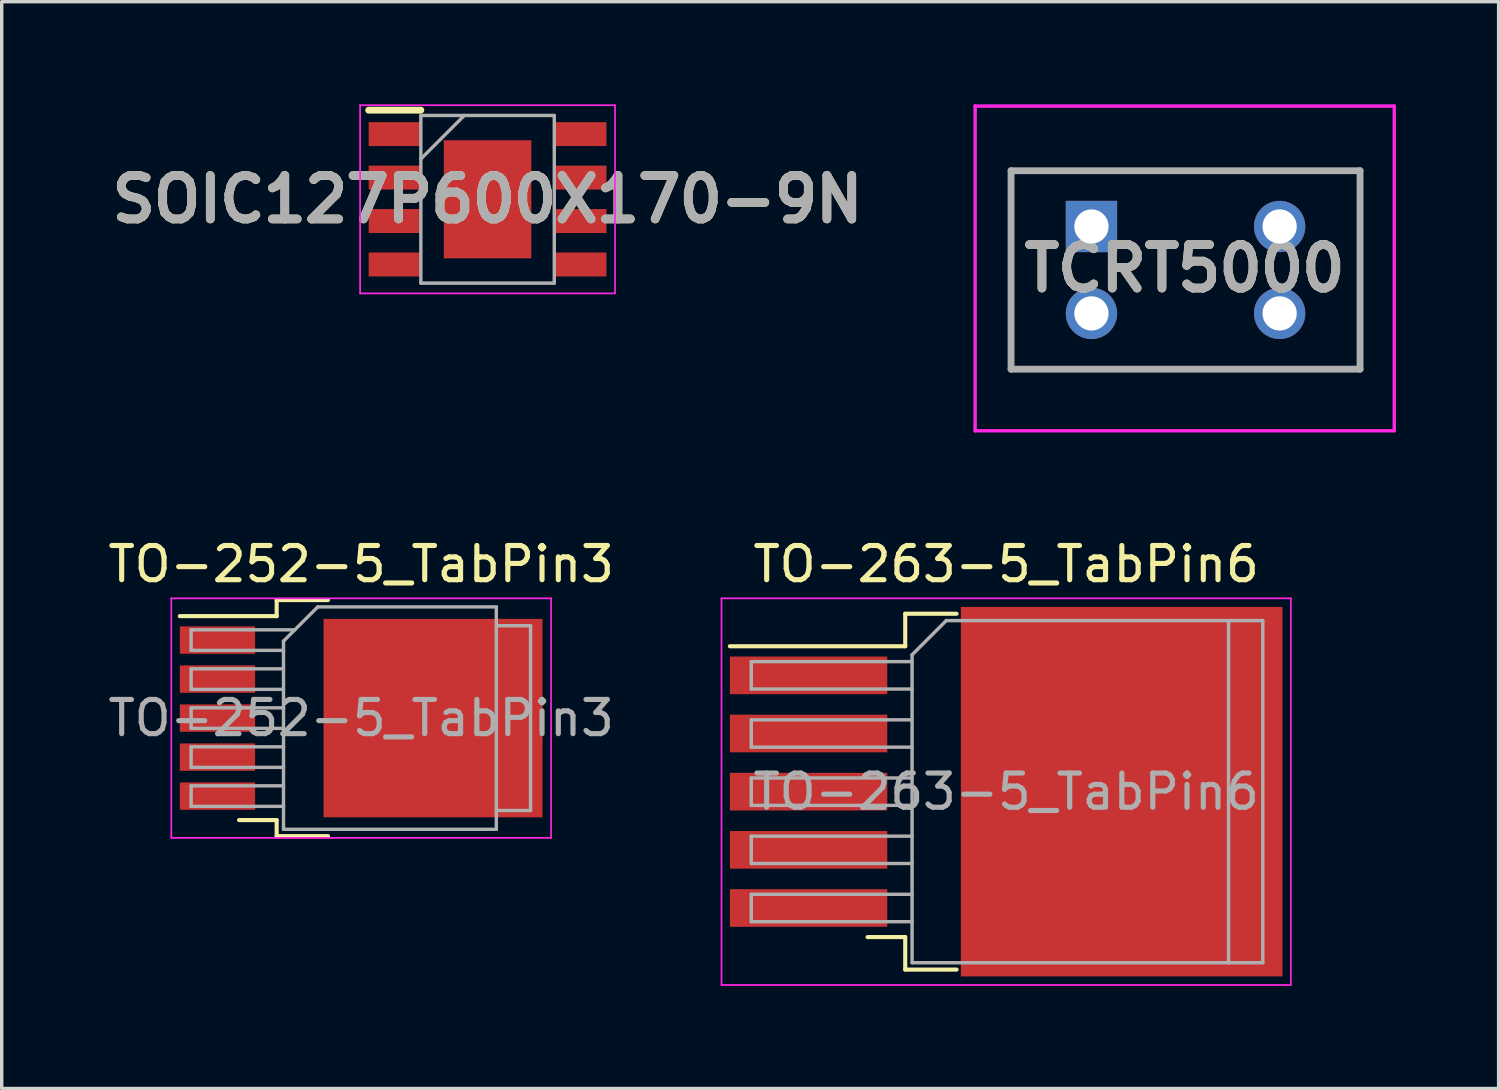
<source format=kicad_pcb>
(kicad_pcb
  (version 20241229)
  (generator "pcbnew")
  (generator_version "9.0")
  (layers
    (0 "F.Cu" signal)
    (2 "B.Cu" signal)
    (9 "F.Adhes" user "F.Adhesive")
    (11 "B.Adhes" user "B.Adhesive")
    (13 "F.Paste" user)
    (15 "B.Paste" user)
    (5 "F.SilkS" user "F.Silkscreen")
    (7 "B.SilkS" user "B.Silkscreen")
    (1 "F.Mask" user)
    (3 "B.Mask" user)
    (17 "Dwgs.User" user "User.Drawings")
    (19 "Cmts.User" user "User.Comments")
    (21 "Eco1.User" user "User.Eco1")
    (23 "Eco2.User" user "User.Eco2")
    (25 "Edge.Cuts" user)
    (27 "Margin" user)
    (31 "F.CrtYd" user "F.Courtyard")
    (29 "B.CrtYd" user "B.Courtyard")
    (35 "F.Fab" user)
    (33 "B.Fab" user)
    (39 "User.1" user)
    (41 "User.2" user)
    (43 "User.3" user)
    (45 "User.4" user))
  (footprint "TCRT5000"
    (layer "F.Cu")
    (at 31.6 4.84)
    (property "Reference" "TCRT5000" (at -0.025 -0.045 0) (layer "F.SilkS") (effects (font (size 1.27 1.27) (thickness 0.254))))
    (attr through_hole)
    (fp_line (start -5.1 -2.9) (end -5.1 1.525) (stroke (width 0.1) (type solid)) (layer "F.SilkS"))
    (fp_line (start -5.1 -2.9) (end -1.5 -2.9) (stroke (width 0.1) (type solid)) (layer "F.SilkS"))
    (fp_line (start -4 2.9) (end -1.5 2.9) (stroke (width 0.1) (type solid)) (layer "F.SilkS"))
    (fp_line (start 5.1 -2.9) (end 1.5 -2.9) (stroke (width 0.1) (type solid)) (layer "F.SilkS"))
    (fp_line (start 5.1 -2.9) (end 5.1 2.9) (stroke (width 0.1) (type solid)) (layer "F.SilkS"))
    (fp_line (start 5.1 2.9) (end 1.5 2.9) (stroke (width 0.1) (type solid)) (layer "F.SilkS"))
    (fp_line (start -6.15 -4.79) (end 6.1 -4.79) (stroke (width 0.1) (type solid)) (layer "F.CrtYd"))
    (fp_line (start -6.15 4.7) (end -6.15 -4.79) (stroke (width 0.1) (type solid)) (layer "F.CrtYd"))
    (fp_line (start 6.1 -4.79) (end 6.1 4.7) (stroke (width 0.1) (type solid)) (layer "F.CrtYd"))
    (fp_line (start 6.1 4.7) (end -6.15 4.7) (stroke (width 0.1) (type solid)) (layer "F.CrtYd"))
    (fp_line (start -5.1 -2.9) (end 5.1 -2.9) (stroke (width 0.2) (type solid)) (layer "F.Fab"))
    (fp_line (start -5.1 2.9) (end -5.1 -2.9) (stroke (width 0.2) (type solid)) (layer "F.Fab"))
    (fp_line (start 5.1 -2.9) (end 5.1 2.9) (stroke (width 0.2) (type solid)) (layer "F.Fab"))
    (fp_line (start 5.1 2.9) (end -5.1 2.9) (stroke (width 0.2) (type solid)) (layer "F.Fab"))
    (fp_text user "${REFERENCE}" (at -0.025 -0.045 0) (layer "F.Fab") (effects (font (size 1.27 1.27) (thickness 0.254))))
    (pad "" np_thru_hole circle (at -4.65 2.45) (size 0.001 0.001) (drill 1) (layers "*.Cu" "*.Mask"))
    (pad "" np_thru_hole circle (at 0 -2.54) (size 0.001 0.001) (drill 2.5) (layers "*.Cu" "*.Mask"))
    (pad "" np_thru_hole circle (at 0 2.45) (size 0.001 0.001) (drill 2.5) (layers "*.Cu" "*.Mask"))
    (pad "1" thru_hole rect (at -2.75 -1.27) (size 1.5 1.5) (drill 1) (layers "*.Cu" "*.Mask"))
    (pad "2" thru_hole circle (at -2.75 1.27) (size 1.5 1.5) (drill 1) (layers "*.Cu" "*.Mask"))
    (pad "3" thru_hole circle (at 2.75 1.27) (size 1.5 1.5) (drill 1) (layers "*.Cu" "*.Mask"))
    (pad "4" thru_hole circle (at 2.75 -1.27) (size 1.5 1.5) (drill 1) (layers "*.Cu" "*.Mask")))
  (footprint "TO-263-5_TabPin6"
    (layer "F.Cu")
    (at 26.357 20.088)
    (property "Reference" "TO-263-5_TabPin6" (at 0 -6.65 0) (layer "F.SilkS") (effects (font (size 1 1) (thickness 0.15))))
    (attr smd)
    (fp_line (start -2.95 -5.2) (end -2.95 -4.25) (stroke (width 0.12) (type solid)) (layer "F.SilkS"))
    (fp_line (start -2.95 -4.25) (end -8.075 -4.25) (stroke (width 0.12) (type solid)) (layer "F.SilkS"))
    (fp_line (start -2.95 4.25) (end -4.05 4.25) (stroke (width 0.12) (type solid)) (layer "F.SilkS"))
    (fp_line (start -2.95 5.2) (end -2.95 4.25) (stroke (width 0.12) (type solid)) (layer "F.SilkS"))
    (fp_line (start -1.45 -5.2) (end -2.95 -5.2) (stroke (width 0.12) (type solid)) (layer "F.SilkS"))
    (fp_line (start -1.45 5.2) (end -2.95 5.2) (stroke (width 0.12) (type solid)) (layer "F.SilkS"))
    (fp_line (start -8.32 -5.65) (end -8.32 5.65) (stroke (width 0.05) (type solid)) (layer "F.CrtYd"))
    (fp_line (start -8.32 5.65) (end 8.32 5.65) (stroke (width 0.05) (type solid)) (layer "F.CrtYd"))
    (fp_line (start 8.32 -5.65) (end -8.32 -5.65) (stroke (width 0.05) (type solid)) (layer "F.CrtYd"))
    (fp_line (start 8.32 5.65) (end 8.32 -5.65) (stroke (width 0.05) (type solid)) (layer "F.CrtYd"))
    (fp_line (start -7.45 -3.8) (end -7.45 -3) (stroke (width 0.1) (type solid)) (layer "F.Fab"))
    (fp_line (start -7.45 -3) (end -2.75 -3) (stroke (width 0.1) (type solid)) (layer "F.Fab"))
    (fp_line (start -7.45 -2.1) (end -7.45 -1.3) (stroke (width 0.1) (type solid)) (layer "F.Fab"))
    (fp_line (start -7.45 -1.3) (end -2.75 -1.3) (stroke (width 0.1) (type solid)) (layer "F.Fab"))
    (fp_line (start -7.45 -0.4) (end -7.45 0.4) (stroke (width 0.1) (type solid)) (layer "F.Fab"))
    (fp_line (start -7.45 0.4) (end -2.75 0.4) (stroke (width 0.1) (type solid)) (layer "F.Fab"))
    (fp_line (start -7.45 1.3) (end -7.45 2.1) (stroke (width 0.1) (type solid)) (layer "F.Fab"))
    (fp_line (start -7.45 2.1) (end -2.75 2.1) (stroke (width 0.1) (type solid)) (layer "F.Fab"))
    (fp_line (start -7.45 3) (end -7.45 3.8) (stroke (width 0.1) (type solid)) (layer "F.Fab"))
    (fp_line (start -7.45 3.8) (end -2.75 3.8) (stroke (width 0.1) (type solid)) (layer "F.Fab"))
    (fp_line (start -2.75 -4) (end -1.75 -5) (stroke (width 0.1) (type solid)) (layer "F.Fab"))
    (fp_line (start -2.75 -3.8) (end -7.45 -3.8) (stroke (width 0.1) (type solid)) (layer "F.Fab"))
    (fp_line (start -2.75 -2.1) (end -7.45 -2.1) (stroke (width 0.1) (type solid)) (layer "F.Fab"))
    (fp_line (start -2.75 -0.4) (end -7.45 -0.4) (stroke (width 0.1) (type solid)) (layer "F.Fab"))
    (fp_line (start -2.75 1.3) (end -7.45 1.3) (stroke (width 0.1) (type solid)) (layer "F.Fab"))
    (fp_line (start -2.75 3) (end -7.45 3) (stroke (width 0.1) (type solid)) (layer "F.Fab"))
    (fp_line (start -2.75 5) (end -2.75 -4) (stroke (width 0.1) (type solid)) (layer "F.Fab"))
    (fp_line (start -1.75 -5) (end 6.5 -5) (stroke (width 0.1) (type solid)) (layer "F.Fab"))
    (fp_line (start 6.5 -5) (end 6.5 5) (stroke (width 0.1) (type solid)) (layer "F.Fab"))
    (fp_line (start 6.5 -5) (end 7.5 -5) (stroke (width 0.1) (type solid)) (layer "F.Fab"))
    (fp_line (start 6.5 5) (end -2.75 5) (stroke (width 0.1) (type solid)) (layer "F.Fab"))
    (fp_line (start 7.5 -5) (end 7.5 5) (stroke (width 0.1) (type solid)) (layer "F.Fab"))
    (fp_line (start 7.5 5) (end 6.5 5) (stroke (width 0.1) (type solid)) (layer "F.Fab"))
    (fp_text user "${REFERENCE}" (at 0 0 0) (layer "F.Fab") (effects (font (size 1 1) (thickness 0.15))))
    (pad "" smd rect (at 0.95 -2.775) (size 4.55 5.25) (layers "F.Paste"))
    (pad "" smd rect (at 0.95 2.775) (size 4.55 5.25) (layers "F.Paste"))
    (pad "" smd rect (at 5.8 -2.775) (size 4.55 5.25) (layers "F.Paste"))
    (pad "" smd rect (at 5.8 2.775) (size 4.55 5.25) (layers "F.Paste"))
    (pad "1" smd rect (at -5.775 -3.4) (size 4.6 1.1) (layers "F.Cu" "F.Mask" "F.Paste"))
    (pad "2" smd rect (at -5.775 -1.7) (size 4.6 1.1) (layers "F.Cu" "F.Mask" "F.Paste"))
    (pad "3" smd rect (at -5.775 0) (size 4.6 1.1) (layers "F.Cu" "F.Mask" "F.Paste"))
    (pad "4" smd rect (at -5.775 1.7) (size 4.6 1.1) (layers "F.Cu" "F.Mask" "F.Paste"))
    (pad "5" smd rect (at -5.775 3.4) (size 4.6 1.1) (layers "F.Cu" "F.Mask" "F.Paste"))
    (pad "6" smd rect (at 3.375 0) (size 9.4 10.8) (layers "F.Cu" "F.Mask")))
  (footprint "SOIC127P600X170-9N"
    (layer "F.Cu")
    (at 11.2 2.775)
    (property "Reference" "SOIC127P600X170-9N" (at 0 0 0) (layer "F.SilkS") (effects (font (size 1.27 1.27) (thickness 0.254))))
    (attr smd)
    (fp_line (start -3.475 -2.605) (end -1.95 -2.605) (stroke (width 0.2) (type solid)) (layer "F.SilkS"))
    (fp_line (start -3.725 -2.75) (end 3.725 -2.75) (stroke (width 0.05) (type solid)) (layer "F.CrtYd"))
    (fp_line (start -3.725 2.75) (end -3.725 -2.75) (stroke (width 0.05) (type solid)) (layer "F.CrtYd"))
    (fp_line (start 3.725 -2.75) (end 3.725 2.75) (stroke (width 0.05) (type solid)) (layer "F.CrtYd"))
    (fp_line (start 3.725 2.75) (end -3.725 2.75) (stroke (width 0.05) (type solid)) (layer "F.CrtYd"))
    (fp_line (start -1.95 -2.45) (end 1.95 -2.45) (stroke (width 0.1) (type solid)) (layer "F.Fab"))
    (fp_line (start -1.95 -1.18) (end -0.68 -2.45) (stroke (width 0.1) (type solid)) (layer "F.Fab"))
    (fp_line (start -1.95 2.45) (end -1.95 -2.45) (stroke (width 0.1) (type solid)) (layer "F.Fab"))
    (fp_line (start 1.95 -2.45) (end 1.95 2.45) (stroke (width 0.1) (type solid)) (layer "F.Fab"))
    (fp_line (start 1.95 2.45) (end -1.95 2.45) (stroke (width 0.1) (type solid)) (layer "F.Fab"))
    (fp_text user "${REFERENCE}" (at 0 0 0) (layer "F.Fab") (effects (font (size 1.27 1.27) (thickness 0.254))))
    (pad "1" smd rect (at -2.712 -1.905 90) (size 0.7 1.525) (layers "F.Cu" "F.Mask" "F.Paste"))
    (pad "2" smd rect (at -2.712 -0.635 90) (size 0.7 1.525) (layers "F.Cu" "F.Mask" "F.Paste"))
    (pad "3" smd rect (at -2.712 0.635 90) (size 0.7 1.525) (layers "F.Cu" "F.Mask" "F.Paste"))
    (pad "4" smd rect (at -2.712 1.905 90) (size 0.7 1.525) (layers "F.Cu" "F.Mask" "F.Paste"))
    (pad "5" smd rect (at 2.712 1.905 90) (size 0.7 1.525) (layers "F.Cu" "F.Mask" "F.Paste"))
    (pad "6" smd rect (at 2.712 0.635 90) (size 0.7 1.525) (layers "F.Cu" "F.Mask" "F.Paste"))
    (pad "7" smd rect (at 2.712 -0.635 90) (size 0.7 1.525) (layers "F.Cu" "F.Mask" "F.Paste"))
    (pad "8" smd rect (at 2.712 -1.905 90) (size 0.7 1.525) (layers "F.Cu" "F.Mask" "F.Paste"))
    (pad "9" smd rect (at 0 0) (size 2.56 3.45) (layers "F.Cu" "F.Mask" "F.Paste")))
  (footprint "TO-252-5_TabPin3"
    (layer "F.Cu")
    (at 7.506 17.938)
    (property "Reference" "TO-252-5_TabPin3" (at 0 -4.5 0) (layer "F.SilkS") (effects (font (size 1 1) (thickness 0.15))))
    (attr smd)
    (fp_line (start -2.47 -3.45) (end -2.47 -2.98) (stroke (width 0.12) (type solid)) (layer "F.SilkS"))
    (fp_line (start -2.47 -2.98) (end -5.3 -2.98) (stroke (width 0.12) (type solid)) (layer "F.SilkS"))
    (fp_line (start -2.47 2.98) (end -3.57 2.98) (stroke (width 0.12) (type solid)) (layer "F.SilkS"))
    (fp_line (start -2.47 3.45) (end -2.47 2.98) (stroke (width 0.12) (type solid)) (layer "F.SilkS"))
    (fp_line (start -0.97 -3.45) (end -2.47 -3.45) (stroke (width 0.12) (type solid)) (layer "F.SilkS"))
    (fp_line (start -0.97 3.45) (end -2.47 3.45) (stroke (width 0.12) (type solid)) (layer "F.SilkS"))
    (fp_line (start -5.55 -3.5) (end -5.55 3.5) (stroke (width 0.05) (type solid)) (layer "F.CrtYd"))
    (fp_line (start -5.55 3.5) (end 5.55 3.5) (stroke (width 0.05) (type solid)) (layer "F.CrtYd"))
    (fp_line (start 5.55 -3.5) (end -5.55 -3.5) (stroke (width 0.05) (type solid)) (layer "F.CrtYd"))
    (fp_line (start 5.55 3.5) (end 5.55 -3.5) (stroke (width 0.05) (type solid)) (layer "F.CrtYd"))
    (fp_line (start -4.97 -2.58) (end -4.97 -1.98) (stroke (width 0.1) (type solid)) (layer "F.Fab"))
    (fp_line (start -4.97 -1.98) (end -2.27 -1.98) (stroke (width 0.1) (type solid)) (layer "F.Fab"))
    (fp_line (start -4.97 -1.44) (end -4.97 -0.84) (stroke (width 0.1) (type solid)) (layer "F.Fab"))
    (fp_line (start -4.97 -0.84) (end -2.27 -0.84) (stroke (width 0.1) (type solid)) (layer "F.Fab"))
    (fp_line (start -4.97 -0.3) (end -4.97 0.3) (stroke (width 0.1) (type solid)) (layer "F.Fab"))
    (fp_line (start -4.97 0.3) (end -2.27 0.3) (stroke (width 0.1) (type solid)) (layer "F.Fab"))
    (fp_line (start -4.97 0.84) (end -4.97 1.44) (stroke (width 0.1) (type solid)) (layer "F.Fab"))
    (fp_line (start -4.97 1.44) (end -2.27 1.44) (stroke (width 0.1) (type solid)) (layer "F.Fab"))
    (fp_line (start -4.97 1.98) (end -4.97 2.58) (stroke (width 0.1) (type solid)) (layer "F.Fab"))
    (fp_line (start -4.97 2.58) (end -2.27 2.58) (stroke (width 0.1) (type solid)) (layer "F.Fab"))
    (fp_line (start -2.27 -2.25) (end -1.27 -3.25) (stroke (width 0.1) (type solid)) (layer "F.Fab"))
    (fp_line (start -2.27 -1.44) (end -4.97 -1.44) (stroke (width 0.1) (type solid)) (layer "F.Fab"))
    (fp_line (start -2.27 -0.3) (end -4.97 -0.3) (stroke (width 0.1) (type solid)) (layer "F.Fab"))
    (fp_line (start -2.27 0.84) (end -4.97 0.84) (stroke (width 0.1) (type solid)) (layer "F.Fab"))
    (fp_line (start -2.27 1.98) (end -4.97 1.98) (stroke (width 0.1) (type solid)) (layer "F.Fab"))
    (fp_line (start -2.27 3.25) (end -2.27 -2.25) (stroke (width 0.1) (type solid)) (layer "F.Fab"))
    (fp_line (start -1.94 -2.58) (end -4.97 -2.58) (stroke (width 0.1) (type solid)) (layer "F.Fab"))
    (fp_line (start -1.27 -3.25) (end 3.95 -3.25) (stroke (width 0.1) (type solid)) (layer "F.Fab"))
    (fp_line (start 3.95 -3.25) (end 3.95 3.25) (stroke (width 0.1) (type solid)) (layer "F.Fab"))
    (fp_line (start 3.95 -2.7) (end 4.95 -2.7) (stroke (width 0.1) (type solid)) (layer "F.Fab"))
    (fp_line (start 3.95 3.25) (end -2.27 3.25) (stroke (width 0.1) (type solid)) (layer "F.Fab"))
    (fp_line (start 4.95 -2.7) (end 4.95 2.7) (stroke (width 0.1) (type solid)) (layer "F.Fab"))
    (fp_line (start 4.95 2.7) (end 3.95 2.7) (stroke (width 0.1) (type solid)) (layer "F.Fab"))
    (fp_text user "${REFERENCE}" (at 0 0 0) (layer "F.Fab") (effects (font (size 1 1) (thickness 0.15))))
    (pad "" smd rect (at 0.425 -1.525) (size 3.05 2.75) (layers "F.Paste"))
    (pad "" smd rect (at 0.425 1.525) (size 3.05 2.75) (layers "F.Paste"))
    (pad "" smd rect (at 3.775 -1.525) (size 3.05 2.75) (layers "F.Paste"))
    (pad "" smd rect (at 3.775 1.525) (size 3.05 2.75) (layers "F.Paste"))
    (pad "1" smd rect (at -4.2 -2.28) (size 2.2 0.8) (layers "F.Cu" "F.Mask" "F.Paste"))
    (pad "2" smd rect (at -4.2 -1.14) (size 2.2 0.8) (layers "F.Cu" "F.Mask" "F.Paste"))
    (pad "3" smd rect (at -4.2 0) (size 2.2 0.8) (layers "F.Cu" "F.Mask" "F.Paste"))
    (pad "3" smd rect (at 2.1 0) (size 6.4 5.8) (layers "F.Cu" "F.Mask"))
    (pad "4" smd rect (at -4.2 1.14) (size 2.2 0.8) (layers "F.Cu" "F.Mask" "F.Paste"))
    (pad "5" smd rect (at -4.2 2.28) (size 2.2 0.8) (layers "F.Cu" "F.Mask" "F.Paste")))
  (gr_rect
    (start -3 -3)
    (end 40.75 28.763)
    (stroke (width 0.1) (type default))
    (fill no)
    (layer "Edge.Cuts")))
</source>
